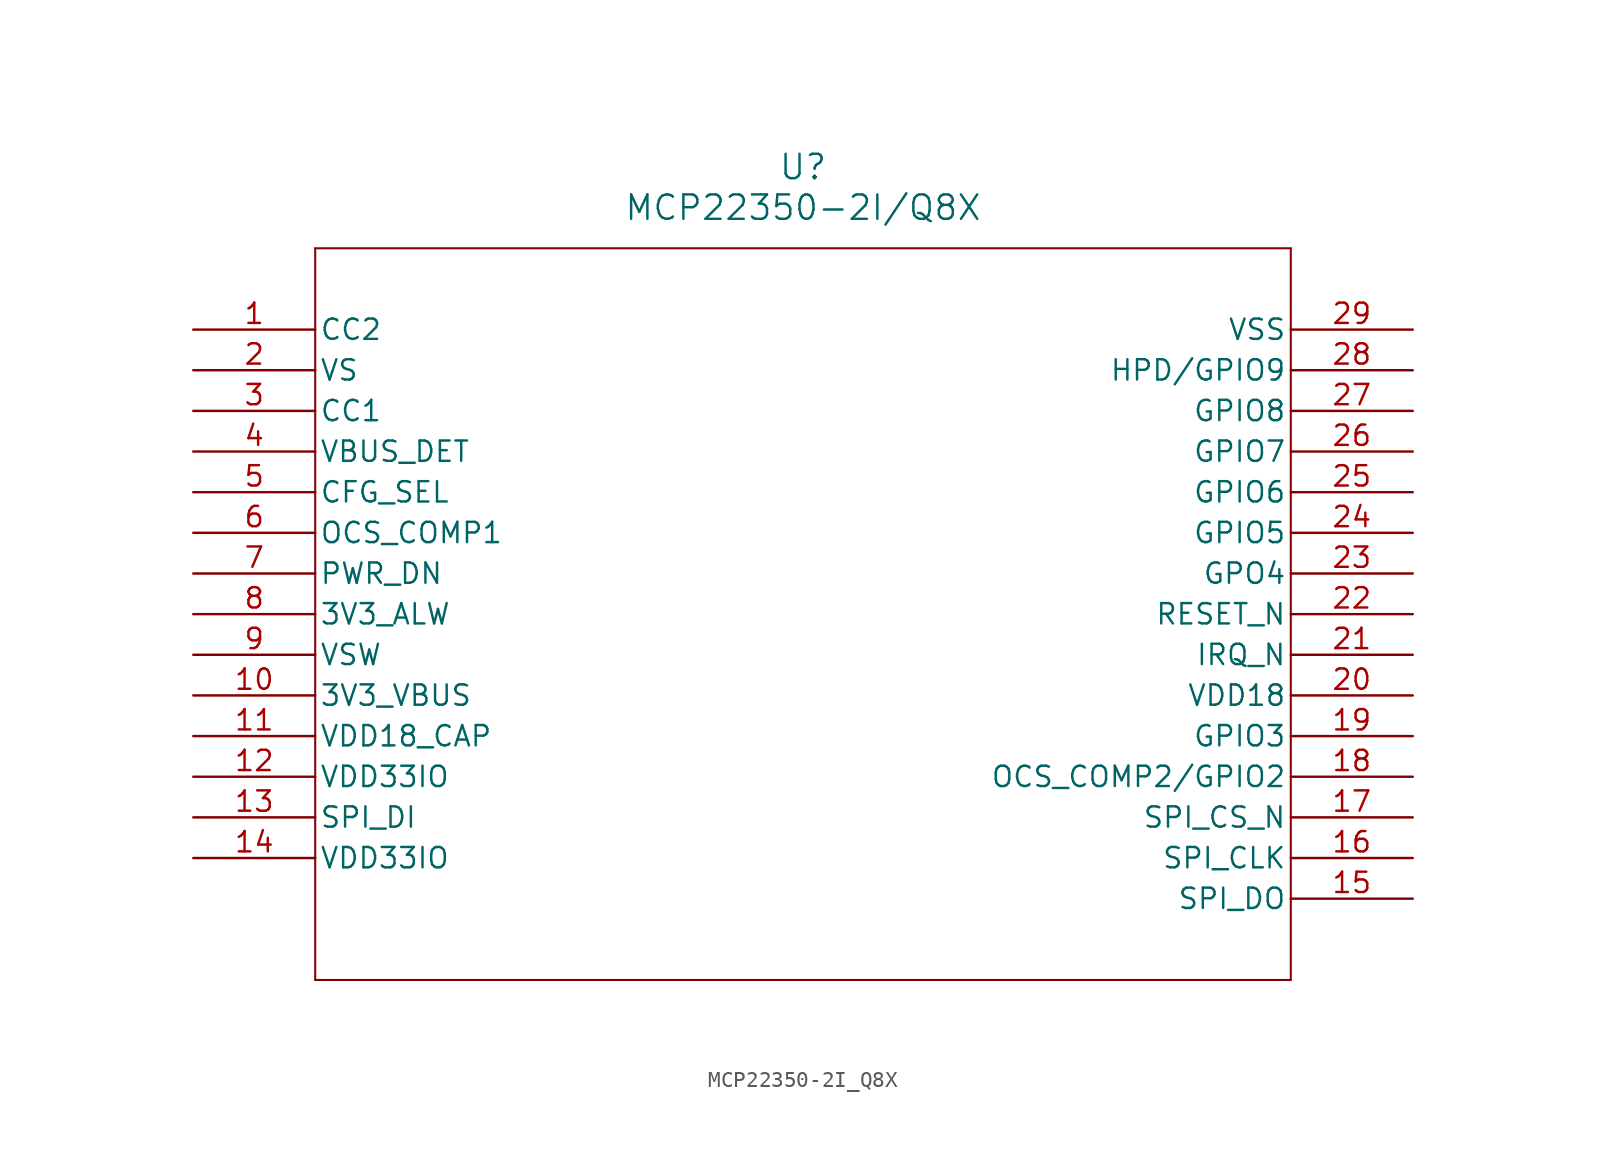
<source format=kicad_sym>
(kicad_symbol_lib
  (version 20211014)
  (generator kicad_symbol_editor)
  (symbol "MCP22350-2I_Q8X"
    (pin_names
      (offset 0.254))
    (property "Reference" "U"
      (at 38.1 10.16 0)
      (effects (font (size 1.524 1.524))))
    (property "Value" "MCP22350-2I/Q8X"
      (at 38.1 7.62 0)
      (effects (font (size 1.524 1.524))))
    (symbol "MCP22350-2I_Q8X_0_1"
      (polyline (pts (xy 7.62 5.08) (xy 7.62 -40.64)) (stroke (width 0.127) (type default) (color 0 0 0 0)) (fill (type none)))
      (polyline (pts (xy 7.62 -40.64) (xy 68.58 -40.64)) (stroke (width 0.127) (type default) (color 0 0 0 0)) (fill (type none)))
      (polyline (pts (xy 68.58 -40.64) (xy 68.58 5.08)) (stroke (width 0.127) (type default) (color 0 0 0 0)) (fill (type none)))
      (polyline (pts (xy 68.58 5.08) (xy 7.62 5.08)) (stroke (width 0.127) (type default) (color 0 0 0 0)) (fill (type none)))
      (pin unspecified line (at 0 0 0) (length 7.62) (name "CC2" (effects (font (size 1.27 1.27)))) (number "1" (effects (font (size 1.27 1.27)))))
      (pin power_in line (at 0 -2.54 0) (length 7.62) (name "VS" (effects (font (size 1.27 1.27)))) (number "2" (effects (font (size 1.27 1.27)))))
      (pin unspecified line (at 0 -5.08 0) (length 7.62) (name "CC1" (effects (font (size 1.27 1.27)))) (number "3" (effects (font (size 1.27 1.27)))))
      (pin unspecified line (at 0 -7.62 0) (length 7.62) (name "VBUS_DET" (effects (font (size 1.27 1.27)))) (number "4" (effects (font (size 1.27 1.27)))))
      (pin unspecified line (at 0 -10.16 0) (length 7.62) (name "CFG_SEL" (effects (font (size 1.27 1.27)))) (number "5" (effects (font (size 1.27 1.27)))))
      (pin unspecified line (at 0 -12.7 0) (length 7.62) (name "OCS_COMP1" (effects (font (size 1.27 1.27)))) (number "6" (effects (font (size 1.27 1.27)))))
      (pin unspecified line (at 0 -15.24 0) (length 7.62) (name "PWR_DN" (effects (font (size 1.27 1.27)))) (number "7" (effects (font (size 1.27 1.27)))))
      (pin power_in line (at 0 -17.78 0) (length 7.62) (name "3V3_ALW" (effects (font (size 1.27 1.27)))) (number "8" (effects (font (size 1.27 1.27)))))
      (pin power_in line (at 0 -20.32 0) (length 7.62) (name "VSW" (effects (font (size 1.27 1.27)))) (number "9" (effects (font (size 1.27 1.27)))))
      (pin power_in line (at 0 -22.86 0) (length 7.62) (name "3V3_VBUS" (effects (font (size 1.27 1.27)))) (number "10" (effects (font (size 1.27 1.27)))))
      (pin power_in line (at 0 -25.4 0) (length 7.62) (name "VDD18_CAP" (effects (font (size 1.27 1.27)))) (number "11" (effects (font (size 1.27 1.27)))))
      (pin power_in line (at 0 -27.94 0) (length 7.62) (name "VDD33IO" (effects (font (size 1.27 1.27)))) (number "12" (effects (font (size 1.27 1.27)))))
      (pin input line (at 0 -30.48 0) (length 7.62) (name "SPI_DI" (effects (font (size 1.27 1.27)))) (number "13" (effects (font (size 1.27 1.27)))))
      (pin power_in line (at 0 -33.02 0) (length 7.62) (name "VDD33IO" (effects (font (size 1.27 1.27)))) (number "14" (effects (font (size 1.27 1.27)))))
      (pin output line (at 76.2 -35.56 180) (length 7.62) (name "SPI_DO" (effects (font (size 1.27 1.27)))) (number "15" (effects (font (size 1.27 1.27)))))
      (pin input line (at 76.2 -33.02 180) (length 7.62) (name "SPI_CLK" (effects (font (size 1.27 1.27)))) (number "16" (effects (font (size 1.27 1.27)))))
      (pin input line (at 76.2 -30.48 180) (length 7.62) (name "SPI_CS_N" (effects (font (size 1.27 1.27)))) (number "17" (effects (font (size 1.27 1.27)))))
      (pin bidirectional line (at 76.2 -27.94 180) (length 7.62) (name "OCS_COMP2/GPIO2" (effects (font (size 1.27 1.27)))) (number "18" (effects (font (size 1.27 1.27)))))
      (pin bidirectional line (at 76.2 -25.4 180) (length 7.62) (name "GPIO3" (effects (font (size 1.27 1.27)))) (number "19" (effects (font (size 1.27 1.27)))))
      (pin power_in line (at 76.2 -22.86 180) (length 7.62) (name "VDD18" (effects (font (size 1.27 1.27)))) (number "20" (effects (font (size 1.27 1.27)))))
      (pin output line (at 76.2 -20.32 180) (length 7.62) (name "IRQ_N" (effects (font (size 1.27 1.27)))) (number "21" (effects (font (size 1.27 1.27)))))
      (pin input line (at 76.2 -17.78 180) (length 7.62) (name "RESET_N" (effects (font (size 1.27 1.27)))) (number "22" (effects (font (size 1.27 1.27)))))
      (pin output line (at 76.2 -15.24 180) (length 7.62) (name "GPO4" (effects (font (size 1.27 1.27)))) (number "23" (effects (font (size 1.27 1.27)))))
      (pin bidirectional line (at 76.2 -12.7 180) (length 7.62) (name "GPIO5" (effects (font (size 1.27 1.27)))) (number "24" (effects (font (size 1.27 1.27)))))
      (pin bidirectional line (at 76.2 -10.16 180) (length 7.62) (name "GPIO6" (effects (font (size 1.27 1.27)))) (number "25" (effects (font (size 1.27 1.27)))))
      (pin bidirectional line (at 76.2 -7.62 180) (length 7.62) (name "GPIO7" (effects (font (size 1.27 1.27)))) (number "26" (effects (font (size 1.27 1.27)))))
      (pin bidirectional line (at 76.2 -5.08 180) (length 7.62) (name "GPIO8" (effects (font (size 1.27 1.27)))) (number "27" (effects (font (size 1.27 1.27)))))
      (pin bidirectional line (at 76.2 -2.54 180) (length 7.62) (name "HPD/GPIO9" (effects (font (size 1.27 1.27)))) (number "28" (effects (font (size 1.27 1.27)))))
      (pin power_out line (at 76.2 0 180) (length 7.62) (name "VSS" (effects (font (size 1.27 1.27)))) (number "29" (effects (font (size 1.27 1.27))))))))
</source>
